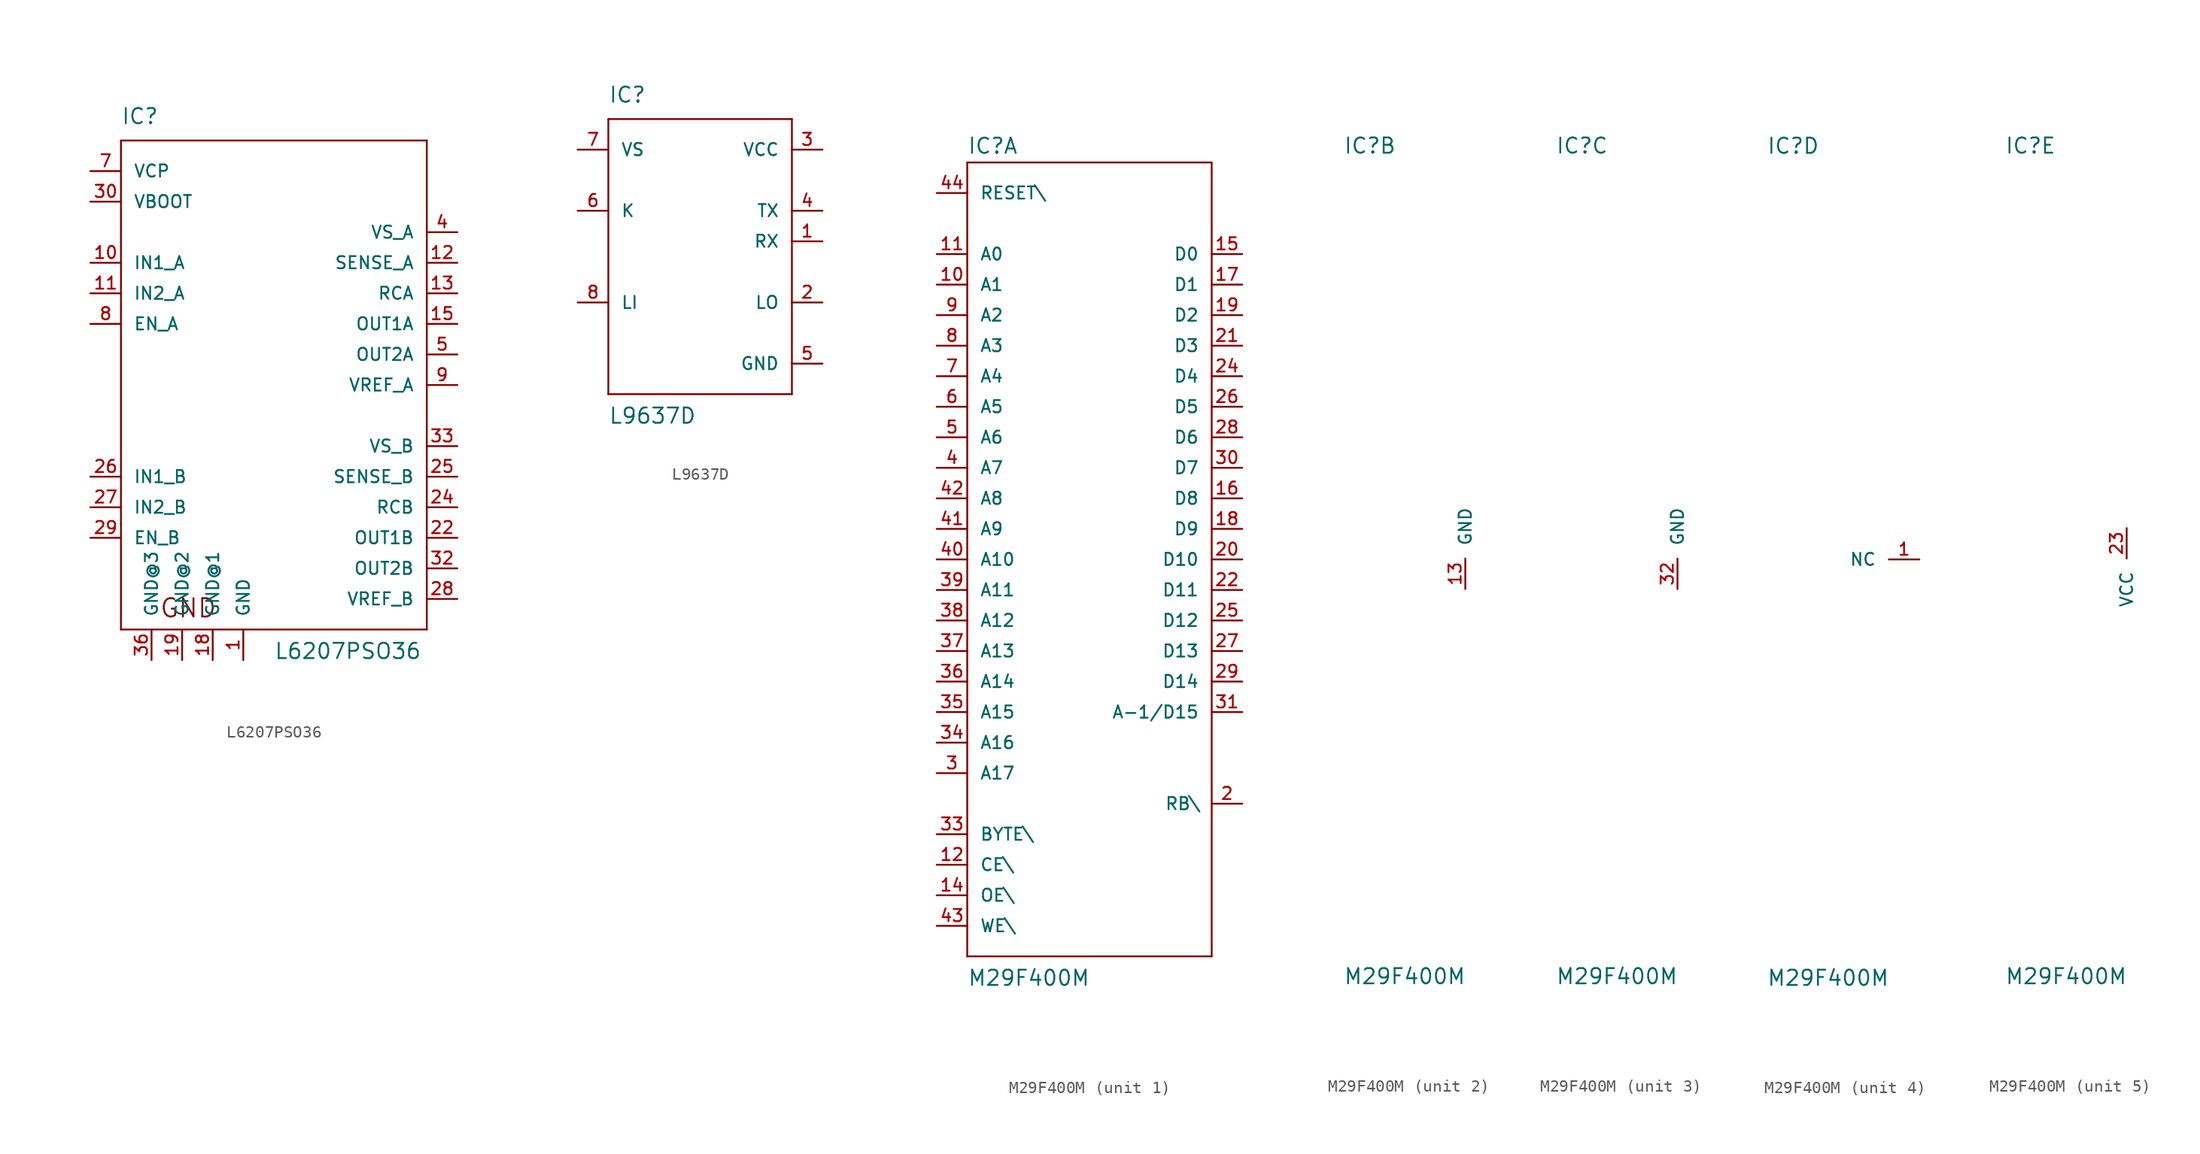
<source format=kicad_sym>
(kicad_symbol_lib
  (version 20211014)
  (generator kicad_symbol_editor)
  (symbol "L6207PSO36"
    (pin_names
      (offset 1.016))
    (property "Reference" "IC"
      (at -12.7 21.59 0)
      (effects (font (size 1.27 1.27)) (justify left bottom)))
    (property "Value" "L6207PSO36"
      (at 0 -22.86 0)
      (effects (font (size 1.27 1.27)) (justify left bottom)))
    (property "ki_locked" ""
      (at 0 0 0)
      (effects (font (size 1.27 1.27))))
    (symbol "L6207PSO36_1_0"
      (polyline (pts (xy -12.7 -20.32) (xy -12.7 20.32)) (stroke (width 0) (type default) (color 0 0 0 0)) (fill (type none)))
      (polyline (pts (xy -12.7 20.32) (xy 12.7 20.32)) (stroke (width 0) (type default) (color 0 0 0 0)) (fill (type none)))
      (polyline (pts (xy 12.7 -20.32) (xy -12.7 -20.32)) (stroke (width 0) (type default) (color 0 0 0 0)) (fill (type none)))
      (polyline (pts (xy 12.7 20.32) (xy 12.7 -20.32)) (stroke (width 0) (type default) (color 0 0 0 0)) (fill (type none)))
      (text "GND" (at -7.112 -18.542 0) (effects (font (size 1.524 1.524)))))
    (symbol "L6207PSO36_1_1"
      (pin power_in line (at -2.54 -22.86 90) (length 2.54) (name "GND" (effects (font (size 1.016 1.016)))) (number "1" (effects (font (size 1.016 1.016)))))
      (pin input line (at -15.24 10.16 0) (length 2.54) (name "IN1_A" (effects (font (size 1.016 1.016)))) (number "10" (effects (font (size 1.016 1.016)))))
      (pin input line (at -15.24 7.62 0) (length 2.54) (name "IN2_A" (effects (font (size 1.016 1.016)))) (number "11" (effects (font (size 1.016 1.016)))))
      (pin input line (at 15.24 10.16 180) (length 2.54) (name "SENSE_A" (effects (font (size 1.016 1.016)))) (number "12" (effects (font (size 1.016 1.016)))))
      (pin input line (at 15.24 7.62 180) (length 2.54) (name "RCA" (effects (font (size 1.016 1.016)))) (number "13" (effects (font (size 1.016 1.016)))))
      (pin output line (at 15.24 5.08 180) (length 2.54) (name "OUT1A" (effects (font (size 1.016 1.016)))) (number "15" (effects (font (size 1.016 1.016)))))
      (pin power_in line (at -5.08 -22.86 90) (length 2.54) (name "GND@1" (effects (font (size 1.016 1.016)))) (number "18" (effects (font (size 1.016 1.016)))))
      (pin power_in line (at -7.62 -22.86 90) (length 2.54) (name "GND@2" (effects (font (size 1.016 1.016)))) (number "19" (effects (font (size 1.016 1.016)))))
      (pin output line (at 15.24 -12.7 180) (length 2.54) (name "OUT1B" (effects (font (size 1.016 1.016)))) (number "22" (effects (font (size 1.016 1.016)))))
      (pin input line (at 15.24 -10.16 180) (length 2.54) (name "RCB" (effects (font (size 1.016 1.016)))) (number "24" (effects (font (size 1.016 1.016)))))
      (pin input line (at 15.24 -7.62 180) (length 2.54) (name "SENSE_B" (effects (font (size 1.016 1.016)))) (number "25" (effects (font (size 1.016 1.016)))))
      (pin input line (at -15.24 -7.62 0) (length 2.54) (name "IN1_B" (effects (font (size 1.016 1.016)))) (number "26" (effects (font (size 1.016 1.016)))))
      (pin input line (at -15.24 -10.16 0) (length 2.54) (name "IN2_B" (effects (font (size 1.016 1.016)))) (number "27" (effects (font (size 1.016 1.016)))))
      (pin input line (at 15.24 -17.78 180) (length 2.54) (name "VREF_B" (effects (font (size 1.016 1.016)))) (number "28" (effects (font (size 1.016 1.016)))))
      (pin input line (at -15.24 -12.7 0) (length 2.54) (name "EN_B" (effects (font (size 1.016 1.016)))) (number "29" (effects (font (size 1.016 1.016)))))
      (pin power_in line (at -15.24 15.24 0) (length 2.54) (name "VBOOT" (effects (font (size 1.016 1.016)))) (number "30" (effects (font (size 1.016 1.016)))))
      (pin output line (at 15.24 -15.24 180) (length 2.54) (name "OUT2B" (effects (font (size 1.016 1.016)))) (number "32" (effects (font (size 1.016 1.016)))))
      (pin power_in line (at 15.24 -5.08 180) (length 2.54) (name "VS_B" (effects (font (size 1.016 1.016)))) (number "33" (effects (font (size 1.016 1.016)))))
      (pin power_in line (at -10.16 -22.86 90) (length 2.54) (name "GND@3" (effects (font (size 1.016 1.016)))) (number "36" (effects (font (size 1.016 1.016)))))
      (pin power_in line (at 15.24 12.7 180) (length 2.54) (name "VS_A" (effects (font (size 1.016 1.016)))) (number "4" (effects (font (size 1.016 1.016)))))
      (pin output line (at 15.24 2.54 180) (length 2.54) (name "OUT2A" (effects (font (size 1.016 1.016)))) (number "5" (effects (font (size 1.016 1.016)))))
      (pin power_in line (at -15.24 17.78 0) (length 2.54) (name "VCP" (effects (font (size 1.016 1.016)))) (number "7" (effects (font (size 1.016 1.016)))))
      (pin input line (at -15.24 5.08 0) (length 2.54) (name "EN_A" (effects (font (size 1.016 1.016)))) (number "8" (effects (font (size 1.016 1.016)))))
      (pin input line (at 15.24 0 180) (length 2.54) (name "VREF_A" (effects (font (size 1.016 1.016)))) (number "9" (effects (font (size 1.016 1.016)))))))
  (symbol "L9637D"
    (pin_names
      (offset 1.016))
    (property "Reference" "IC"
      (at -7.62 13.97 0)
      (effects (font (size 1.27 1.27)) (justify left bottom)))
    (property "Value" "L9637D"
      (at -7.62 -12.7 0)
      (effects (font (size 1.27 1.27)) (justify left bottom)))
    (property "ki_locked" ""
      (at 0 0 0)
      (effects (font (size 1.27 1.27))))
    (symbol "L9637D_1_0"
      (polyline (pts (xy -7.62 -10.16) (xy -7.62 12.7)) (stroke (width 0) (type default) (color 0 0 0 0)) (fill (type none)))
      (polyline (pts (xy -7.62 12.7) (xy 7.62 12.7)) (stroke (width 0) (type default) (color 0 0 0 0)) (fill (type none)))
      (polyline (pts (xy 7.62 -10.16) (xy -7.62 -10.16)) (stroke (width 0) (type default) (color 0 0 0 0)) (fill (type none)))
      (polyline (pts (xy 7.62 12.7) (xy 7.62 -10.16)) (stroke (width 0) (type default) (color 0 0 0 0)) (fill (type none))))
    (symbol "L9637D_1_1"
      (pin output line (at 10.16 2.54 180) (length 2.54) (name "RX" (effects (font (size 1.016 1.016)))) (number "1" (effects (font (size 1.016 1.016)))))
      (pin output line (at 10.16 -2.54 180) (length 2.54) (name "LO" (effects (font (size 1.016 1.016)))) (number "2" (effects (font (size 1.016 1.016)))))
      (pin power_in line (at 10.16 10.16 180) (length 2.54) (name "VCC" (effects (font (size 1.016 1.016)))) (number "3" (effects (font (size 1.016 1.016)))))
      (pin input line (at 10.16 5.08 180) (length 2.54) (name "TX" (effects (font (size 1.016 1.016)))) (number "4" (effects (font (size 1.016 1.016)))))
      (pin power_in line (at 10.16 -7.62 180) (length 2.54) (name "GND" (effects (font (size 1.016 1.016)))) (number "5" (effects (font (size 1.016 1.016)))))
      (pin input line (at -10.16 5.08 0) (length 2.54) (name "K" (effects (font (size 1.016 1.016)))) (number "6" (effects (font (size 1.016 1.016)))))
      (pin power_in line (at -10.16 10.16 0) (length 2.54) (name "VS" (effects (font (size 1.016 1.016)))) (number "7" (effects (font (size 1.016 1.016)))))
      (pin input line (at -10.16 -2.54 0) (length 2.54) (name "LI" (effects (font (size 1.016 1.016)))) (number "8" (effects (font (size 1.016 1.016)))))))
  (symbol "M29F400M"
    (pin_names
      (offset 1.016))
    (property "Reference" "IC"
      (at -10.16 33.655 0)
      (effects (font (size 1.27 1.27)) (justify left bottom)))
    (property "Value" "M29F400M"
      (at -10.16 -35.56 0)
      (effects (font (size 1.27 1.27)) (justify left bottom)))
    (property "ki_locked" ""
      (at 0 0 0)
      (effects (font (size 1.27 1.27))))
    (symbol "M29F400M_1_0"
      (polyline (pts (xy -10.16 -33.02) (xy 10.16 -33.02)) (stroke (width 0) (type default) (color 0 0 0 0)) (fill (type none)))
      (polyline (pts (xy -10.16 33.02) (xy -10.16 -33.02)) (stroke (width 0) (type default) (color 0 0 0 0)) (fill (type none)))
      (polyline (pts (xy 10.16 -33.02) (xy 10.16 33.02)) (stroke (width 0) (type default) (color 0 0 0 0)) (fill (type none)))
      (polyline (pts (xy 10.16 33.02) (xy -10.16 33.02)) (stroke (width 0) (type default) (color 0 0 0 0)) (fill (type none))))
    (symbol "M29F400M_1_1"
      (pin input line (at -12.7 22.86 0) (length 2.54) (name "A1" (effects (font (size 1.016 1.016)))) (number "10" (effects (font (size 1.016 1.016)))))
      (pin input line (at -12.7 25.4 0) (length 2.54) (name "A0" (effects (font (size 1.016 1.016)))) (number "11" (effects (font (size 1.016 1.016)))))
      (pin input line (at -12.7 -25.4 0) (length 2.54) (name "CE\\" (effects (font (size 1.016 1.016)))) (number "12" (effects (font (size 1.016 1.016)))))
      (pin input line (at -12.7 -27.94 0) (length 2.54) (name "OE\\" (effects (font (size 1.016 1.016)))) (number "14" (effects (font (size 1.016 1.016)))))
      (pin tri_state line (at 12.7 25.4 180) (length 2.54) (name "D0" (effects (font (size 1.016 1.016)))) (number "15" (effects (font (size 1.016 1.016)))))
      (pin tri_state line (at 12.7 5.08 180) (length 2.54) (name "D8" (effects (font (size 1.016 1.016)))) (number "16" (effects (font (size 1.016 1.016)))))
      (pin tri_state line (at 12.7 22.86 180) (length 2.54) (name "D1" (effects (font (size 1.016 1.016)))) (number "17" (effects (font (size 1.016 1.016)))))
      (pin tri_state line (at 12.7 2.54 180) (length 2.54) (name "D9" (effects (font (size 1.016 1.016)))) (number "18" (effects (font (size 1.016 1.016)))))
      (pin tri_state line (at 12.7 20.32 180) (length 2.54) (name "D2" (effects (font (size 1.016 1.016)))) (number "19" (effects (font (size 1.016 1.016)))))
      (pin output line (at 12.7 -20.32 180) (length 2.54) (name "RB\\" (effects (font (size 1.016 1.016)))) (number "2" (effects (font (size 1.016 1.016)))))
      (pin tri_state line (at 12.7 0 180) (length 2.54) (name "D10" (effects (font (size 1.016 1.016)))) (number "20" (effects (font (size 1.016 1.016)))))
      (pin tri_state line (at 12.7 17.78 180) (length 2.54) (name "D3" (effects (font (size 1.016 1.016)))) (number "21" (effects (font (size 1.016 1.016)))))
      (pin tri_state line (at 12.7 -2.54 180) (length 2.54) (name "D11" (effects (font (size 1.016 1.016)))) (number "22" (effects (font (size 1.016 1.016)))))
      (pin tri_state line (at 12.7 15.24 180) (length 2.54) (name "D4" (effects (font (size 1.016 1.016)))) (number "24" (effects (font (size 1.016 1.016)))))
      (pin tri_state line (at 12.7 -5.08 180) (length 2.54) (name "D12" (effects (font (size 1.016 1.016)))) (number "25" (effects (font (size 1.016 1.016)))))
      (pin tri_state line (at 12.7 12.7 180) (length 2.54) (name "D5" (effects (font (size 1.016 1.016)))) (number "26" (effects (font (size 1.016 1.016)))))
      (pin tri_state line (at 12.7 -7.62 180) (length 2.54) (name "D13" (effects (font (size 1.016 1.016)))) (number "27" (effects (font (size 1.016 1.016)))))
      (pin tri_state line (at 12.7 10.16 180) (length 2.54) (name "D6" (effects (font (size 1.016 1.016)))) (number "28" (effects (font (size 1.016 1.016)))))
      (pin tri_state line (at 12.7 -10.16 180) (length 2.54) (name "D14" (effects (font (size 1.016 1.016)))) (number "29" (effects (font (size 1.016 1.016)))))
      (pin input line (at -12.7 -17.78 0) (length 2.54) (name "A17" (effects (font (size 1.016 1.016)))) (number "3" (effects (font (size 1.016 1.016)))))
      (pin tri_state line (at 12.7 7.62 180) (length 2.54) (name "D7" (effects (font (size 1.016 1.016)))) (number "30" (effects (font (size 1.016 1.016)))))
      (pin tri_state line (at 12.7 -12.7 180) (length 2.54) (name "A-1/D15" (effects (font (size 1.016 1.016)))) (number "31" (effects (font (size 1.016 1.016)))))
      (pin input line (at -12.7 -22.86 0) (length 2.54) (name "BYTE\\" (effects (font (size 1.016 1.016)))) (number "33" (effects (font (size 1.016 1.016)))))
      (pin input line (at -12.7 -15.24 0) (length 2.54) (name "A16" (effects (font (size 1.016 1.016)))) (number "34" (effects (font (size 1.016 1.016)))))
      (pin input line (at -12.7 -12.7 0) (length 2.54) (name "A15" (effects (font (size 1.016 1.016)))) (number "35" (effects (font (size 1.016 1.016)))))
      (pin input line (at -12.7 -10.16 0) (length 2.54) (name "A14" (effects (font (size 1.016 1.016)))) (number "36" (effects (font (size 1.016 1.016)))))
      (pin input line (at -12.7 -7.62 0) (length 2.54) (name "A13" (effects (font (size 1.016 1.016)))) (number "37" (effects (font (size 1.016 1.016)))))
      (pin input line (at -12.7 -5.08 0) (length 2.54) (name "A12" (effects (font (size 1.016 1.016)))) (number "38" (effects (font (size 1.016 1.016)))))
      (pin input line (at -12.7 -2.54 0) (length 2.54) (name "A11" (effects (font (size 1.016 1.016)))) (number "39" (effects (font (size 1.016 1.016)))))
      (pin input line (at -12.7 7.62 0) (length 2.54) (name "A7" (effects (font (size 1.016 1.016)))) (number "4" (effects (font (size 1.016 1.016)))))
      (pin input line (at -12.7 0 0) (length 2.54) (name "A10" (effects (font (size 1.016 1.016)))) (number "40" (effects (font (size 1.016 1.016)))))
      (pin input line (at -12.7 2.54 0) (length 2.54) (name "A9" (effects (font (size 1.016 1.016)))) (number "41" (effects (font (size 1.016 1.016)))))
      (pin input line (at -12.7 5.08 0) (length 2.54) (name "A8" (effects (font (size 1.016 1.016)))) (number "42" (effects (font (size 1.016 1.016)))))
      (pin input line (at -12.7 -30.48 0) (length 2.54) (name "WE\\" (effects (font (size 1.016 1.016)))) (number "43" (effects (font (size 1.016 1.016)))))
      (pin input line (at -12.7 30.48 0) (length 2.54) (name "RESET\\" (effects (font (size 1.016 1.016)))) (number "44" (effects (font (size 1.016 1.016)))))
      (pin input line (at -12.7 10.16 0) (length 2.54) (name "A6" (effects (font (size 1.016 1.016)))) (number "5" (effects (font (size 1.016 1.016)))))
      (pin input line (at -12.7 12.7 0) (length 2.54) (name "A5" (effects (font (size 1.016 1.016)))) (number "6" (effects (font (size 1.016 1.016)))))
      (pin input line (at -12.7 15.24 0) (length 2.54) (name "A4" (effects (font (size 1.016 1.016)))) (number "7" (effects (font (size 1.016 1.016)))))
      (pin input line (at -12.7 17.78 0) (length 2.54) (name "A3" (effects (font (size 1.016 1.016)))) (number "8" (effects (font (size 1.016 1.016)))))
      (pin input line (at -12.7 20.32 0) (length 2.54) (name "A2" (effects (font (size 1.016 1.016)))) (number "9" (effects (font (size 1.016 1.016))))))
    (symbol "M29F400M_2_1"
      (pin power_in line (at 0 -2.54 90) (length 2.54) (name "GND" (effects (font (size 1.016 1.016)))) (number "13" (effects (font (size 1.016 1.016))))))
    (symbol "M29F400M_3_1"
      (pin power_in line (at 0 -2.54 90) (length 2.54) (name "GND" (effects (font (size 1.016 1.016)))) (number "32" (effects (font (size 1.016 1.016))))))
    (symbol "M29F400M_4_1"
      (pin unspecified line (at 2.54 0 180) (length 2.54) (name "NC" (effects (font (size 1.016 1.016)))) (number "1" (effects (font (size 1.016 1.016))))))
    (symbol "M29F400M_5_1"
      (pin power_in line (at 0 2.54 270) (length 2.54) (name "VCC" (effects (font (size 1.016 1.016)))) (number "23" (effects (font (size 1.016 1.016))))))))
</source>
